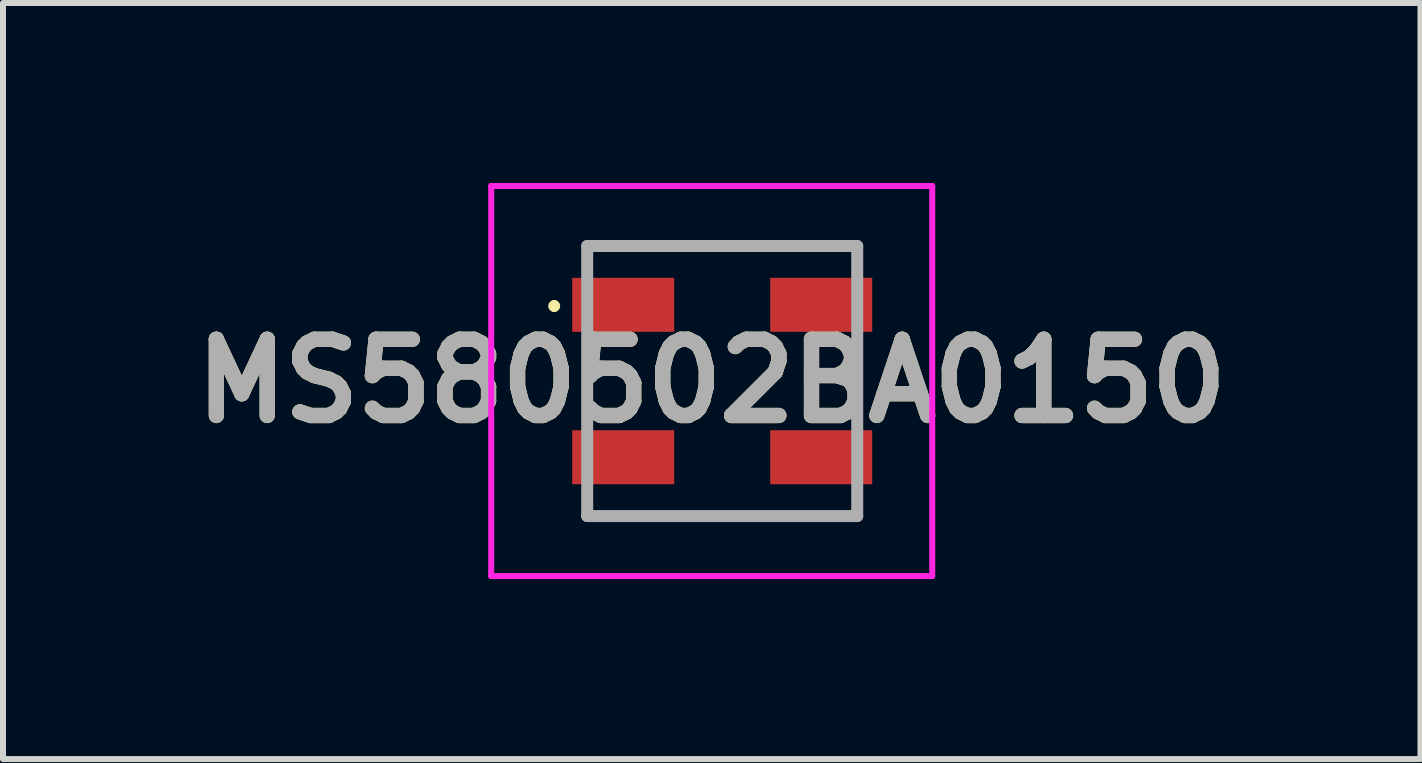
<source format=kicad_pcb>
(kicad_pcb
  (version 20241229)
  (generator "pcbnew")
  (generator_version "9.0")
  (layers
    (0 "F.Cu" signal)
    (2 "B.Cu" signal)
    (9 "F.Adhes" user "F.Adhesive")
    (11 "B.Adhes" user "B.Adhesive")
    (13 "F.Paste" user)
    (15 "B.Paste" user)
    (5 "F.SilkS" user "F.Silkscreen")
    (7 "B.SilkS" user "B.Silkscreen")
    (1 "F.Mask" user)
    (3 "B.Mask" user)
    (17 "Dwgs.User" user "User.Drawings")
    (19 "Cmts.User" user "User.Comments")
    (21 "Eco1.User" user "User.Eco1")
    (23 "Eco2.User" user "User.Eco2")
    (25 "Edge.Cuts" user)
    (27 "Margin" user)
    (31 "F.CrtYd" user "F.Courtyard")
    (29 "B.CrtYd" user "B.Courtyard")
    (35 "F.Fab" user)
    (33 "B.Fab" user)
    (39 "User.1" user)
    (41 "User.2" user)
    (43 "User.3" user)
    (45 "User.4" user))
  (footprint "MS580502BA0150"
    (layer "F.Cu")
    (at 8.811 3.3)
    (property "Reference" "MS580502BA0150" (at 0 0 0) (layer "F.SilkS") (effects (font (size 1.27 1.27) (thickness 0.254))))
    (attr smd)
    (fp_line (start -2.625 -1.3) (end -2.625 -1.3) (stroke (width 0.1) (type solid)) (layer "F.SilkS"))
    (fp_line (start -2.625 -1.2) (end -2.625 -1.2) (stroke (width 0.1) (type solid)) (layer "F.SilkS"))
    (fp_line (start -2.075 -2.25) (end 2.425 -2.25) (stroke (width 0.1) (type solid)) (layer "F.SilkS"))
    (fp_line (start -2.075 -0.5) (end -2.075 0.5) (stroke (width 0.1) (type solid)) (layer "F.SilkS"))
    (fp_line (start -2.075 2.25) (end 2.425 2.25) (stroke (width 0.1) (type solid)) (layer "F.SilkS"))
    (fp_line (start 2.425 -0.5) (end 2.425 0.5) (stroke (width 0.1) (type solid)) (layer "F.SilkS"))
    (fp_arc (start -2.625 -1.3) (mid -2.575 -1.25) (end -2.625 -1.2) (stroke (width 0.1) (type solid)) (layer "F.SilkS"))
    (fp_arc (start -2.625 -1.2) (mid -2.675 -1.25) (end -2.625 -1.3) (stroke (width 0.1) (type solid)) (layer "F.SilkS"))
    (fp_line (start -3.675 -3.25) (end 3.675 -3.25) (stroke (width 0.1) (type solid)) (layer "F.CrtYd"))
    (fp_line (start -3.675 3.25) (end -3.675 -3.25) (stroke (width 0.1) (type solid)) (layer "F.CrtYd"))
    (fp_line (start 3.675 -3.25) (end 3.675 3.25) (stroke (width 0.1) (type solid)) (layer "F.CrtYd"))
    (fp_line (start 3.675 3.25) (end -3.675 3.25) (stroke (width 0.1) (type solid)) (layer "F.CrtYd"))
    (fp_line (start -2.075 -2.25) (end 2.425 -2.25) (stroke (width 0.2) (type solid)) (layer "F.Fab"))
    (fp_line (start -2.075 2.25) (end -2.075 -2.25) (stroke (width 0.2) (type solid)) (layer "F.Fab"))
    (fp_line (start 2.425 -2.25) (end 2.425 2.25) (stroke (width 0.2) (type solid)) (layer "F.Fab"))
    (fp_line (start 2.425 2.25) (end -2.075 2.25) (stroke (width 0.2) (type solid)) (layer "F.Fab"))
    (fp_text user "${REFERENCE}" (at 0 0 0) (layer "F.Fab") (effects (font (size 1.27 1.27) (thickness 0.254))))
    (pad "1" smd rect (at -1.475 -1.27 90) (size 0.9 1.7) (layers "F.Cu" "F.Mask" "F.Paste"))
    (pad "2" smd rect (at -1.475 1.27 90) (size 0.9 1.7) (layers "F.Cu" "F.Mask" "F.Paste"))
    (pad "3" smd rect (at 1.825 1.27 90) (size 0.9 1.7) (layers "F.Cu" "F.Mask" "F.Paste"))
    (pad "4" smd rect (at 1.825 -1.27 90) (size 0.9 1.7) (layers "F.Cu" "F.Mask" "F.Paste")))
  (gr_rect
    (start -3 -3)
    (end 20.623 9.6)
    (stroke (width 0.1) (type default))
    (fill no)
    (layer "Edge.Cuts")))
</source>
